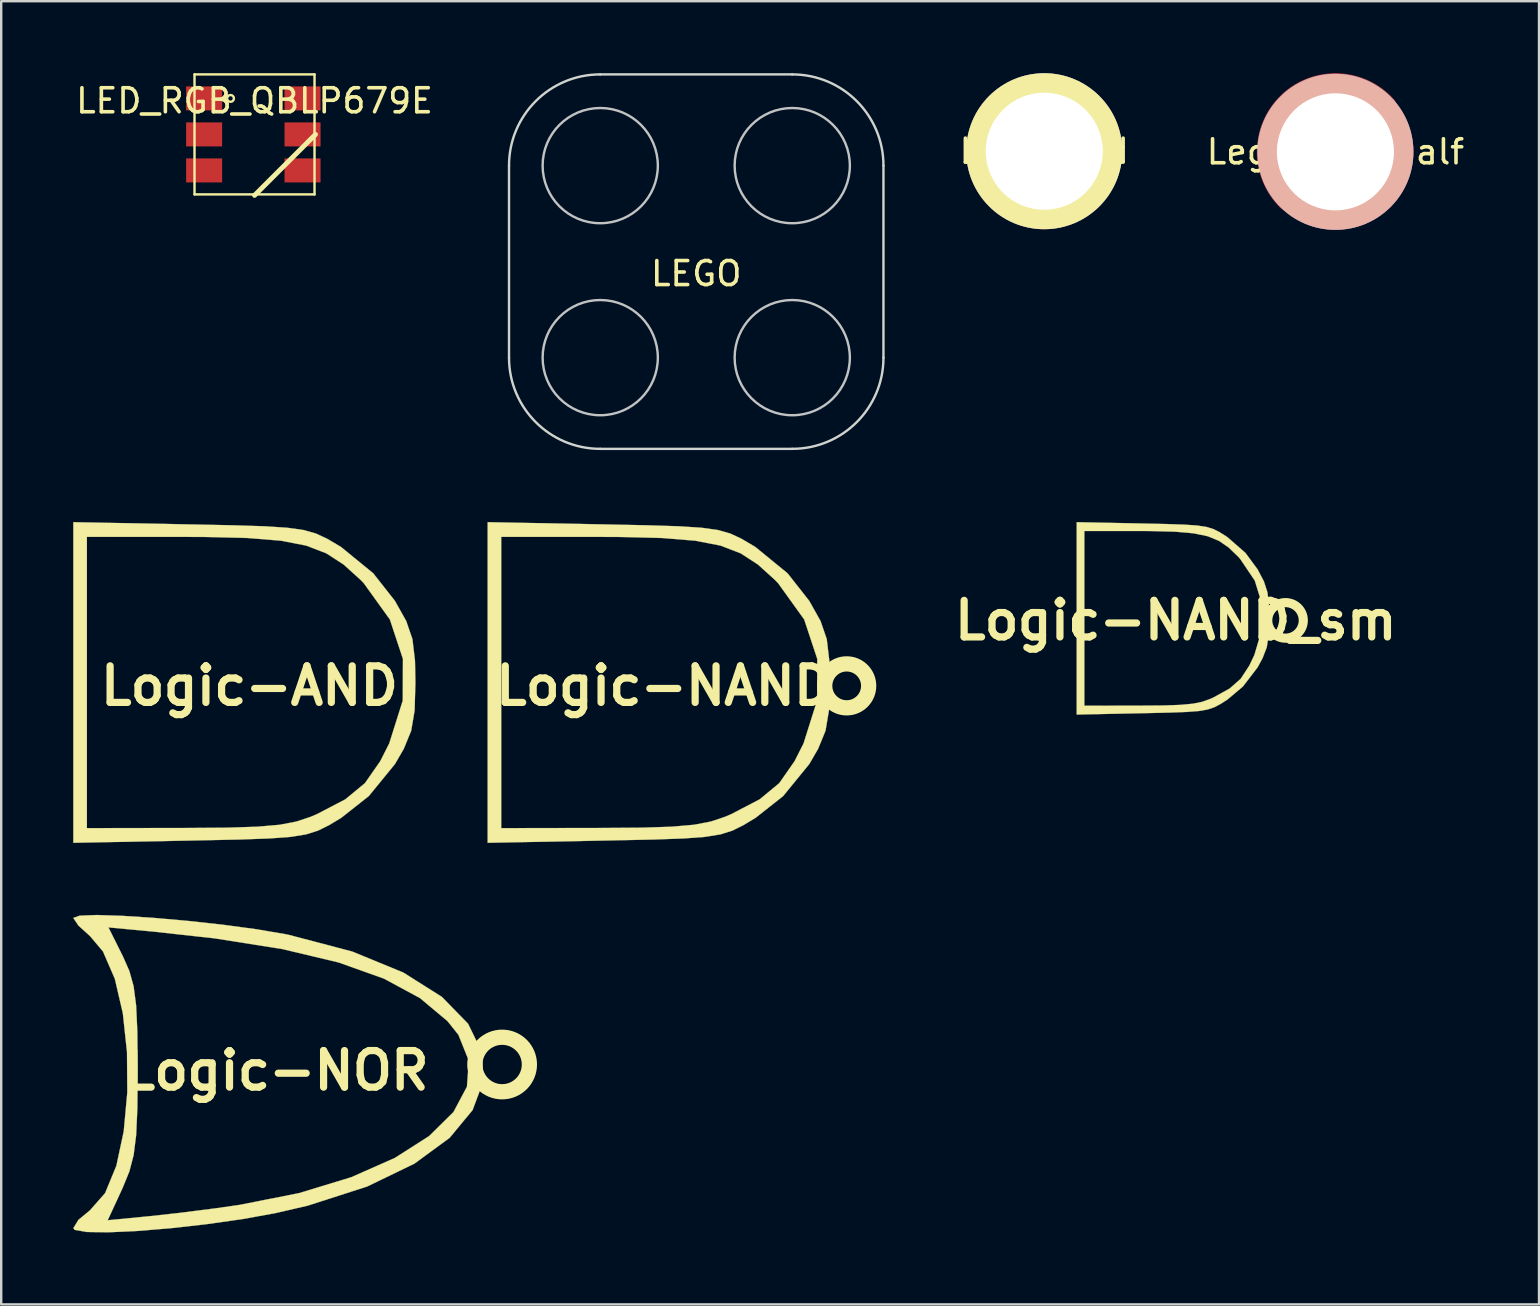
<source format=kicad_pcb>
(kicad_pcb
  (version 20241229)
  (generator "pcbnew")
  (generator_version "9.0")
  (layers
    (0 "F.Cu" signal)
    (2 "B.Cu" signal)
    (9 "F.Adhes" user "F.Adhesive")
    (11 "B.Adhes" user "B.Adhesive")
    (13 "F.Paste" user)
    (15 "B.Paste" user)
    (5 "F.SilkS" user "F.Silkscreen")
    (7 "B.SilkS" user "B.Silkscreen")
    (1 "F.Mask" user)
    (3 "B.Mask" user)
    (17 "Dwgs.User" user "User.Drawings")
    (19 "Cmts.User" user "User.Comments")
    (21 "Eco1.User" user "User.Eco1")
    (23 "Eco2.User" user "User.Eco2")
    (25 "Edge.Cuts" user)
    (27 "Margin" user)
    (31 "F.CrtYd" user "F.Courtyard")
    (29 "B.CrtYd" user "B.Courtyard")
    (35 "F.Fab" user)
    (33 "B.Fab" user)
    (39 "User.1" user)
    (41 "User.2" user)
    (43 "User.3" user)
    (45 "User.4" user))
  (footprint "Logic-NOR"
    (layer "F.Cu")
    (at 8.472 41.554)
    (property "Reference" "Logic-NOR" (at 0 0 0) (layer "F.SilkS") (effects (font (size 1.524 1.524) (thickness 0.3))))
    (attr through_hole)
    (fp_circle (center 9.398 -0.254) (end 8.89 -1.27) (stroke (width 0.635) (type solid)) (fill no) (layer "F.SilkS"))
    (fp_poly (pts (xy -6.428 -6.448) (xy -5.126 -6.364) (xy -3.689 -6.237) (xy -2.224 -6.076) (xy -0.837 -5.889) (xy 0.365 -5.685) (xy 0.511 -5.655) (xy 3.157 -4.959) (xy 5.282 -4.085) (xy 6.889 -3.071) (xy 7.979 -1.953) (xy 8.555 -0.77) (xy 8.617 0.441) (xy 8.168 1.644) (xy 7.21 2.802) (xy 5.744 3.876) (xy 3.773 4.83) (xy 1.297 5.627) (xy -0.053 5.939) (xy -1.429 6.188) (xy -2.917 6.399) (xy -4.411 6.567) (xy -5.81 6.682) (xy -7.011 6.737) (xy -7.91 6.724) (xy -8.404 6.637) (xy -8.467 6.565) (xy -8.265 6.235) (xy -7.035 6.235) (xy -5.281 6.065) (xy -4.021 5.926) (xy -2.57 5.741) (xy -1.552 5.596) (xy 0.942 5.103) (xy 3.113 4.441) (xy 4.93 3.638) (xy 6.36 2.724) (xy 7.371 1.726) (xy 7.932 0.671) (xy 8.011 -0.411) (xy 7.576 -1.493) (xy 7.121 -2.062) (xy 5.975 -3.021) (xy 4.474 -3.832) (xy 2.576 -4.508) (xy 0.238 -5.064) (xy -2.582 -5.51) (xy -5.125 -5.79) (xy -7.004 -5.966) (xy -6.395 -4.747) (xy -6.132 -4.148) (xy -5.956 -3.516) (xy -5.851 -2.718) (xy -5.8 -1.625) (xy -5.786 -0.107) (xy -5.786 0) (xy -5.799 1.557) (xy -5.849 2.686) (xy -5.955 3.522) (xy -6.133 4.202) (xy -6.401 4.86) (xy -6.41 4.881) (xy -7.035 6.235) (xy -8.265 6.235) (xy -8.253 6.216) (xy -7.772 5.819) (xy -7.143 5.104) (xy -6.675 3.968) (xy -6.367 2.53) (xy -6.219 0.913) (xy -6.231 -0.766) (xy -6.404 -2.385) (xy -6.738 -3.825) (xy -7.232 -4.964) (xy -7.767 -5.599) (xy -8.256 -6.044) (xy -8.466 -6.356) (xy -8.467 -6.361) (xy -8.205 -6.455) (xy -7.49 -6.482) (xy -6.428 -6.448)) (stroke (width 0.01) (type solid)) (fill yes) (layer "F.SilkS")))
  (footprint "LEGO"
    (layer "F.Cu")
    (at 25.957 7.85)
    (property "Reference" "LEGO" (at 0 0.5 0) (layer "F.SilkS") (effects (font (size 1 1) (thickness 0.15))))
    (attr through_hole)
    (fp_circle (center -4 -4) (end -6.4 -4) (stroke (width 0.1) (type solid)) (fill no) (layer "Dwgs.User"))
    (fp_circle (center -4 4) (end -6.4 4) (stroke (width 0.1) (type solid)) (fill no) (layer "Dwgs.User"))
    (fp_circle (center 4 -4) (end 6.4 -4) (stroke (width 0.1) (type solid)) (fill no) (layer "Dwgs.User"))
    (fp_circle (center 4 4) (end 6.4 4) (stroke (width 0.1) (type solid)) (fill no) (layer "Dwgs.User"))
    (fp_line (start -7.8 4) (end -7.8 -4) (stroke (width 0.1) (type solid)) (layer "Edge.Cuts"))
    (fp_line (start -4 -7.8) (end 4 -7.8) (stroke (width 0.1) (type solid)) (layer "Edge.Cuts"))
    (fp_line (start -4 7.8) (end 4 7.8) (stroke (width 0.1) (type solid)) (layer "Edge.Cuts"))
    (fp_line (start 7.8 -4) (end 7.8 4) (stroke (width 0.1) (type solid)) (layer "Edge.Cuts"))
    (fp_arc (start -7.8 -4) (mid -6.687006 -6.687006) (end -4 -7.8) (stroke (width 0.1) (type solid)) (layer "Edge.Cuts"))
    (fp_arc (start -4 7.8) (mid -6.687006 6.687006) (end -7.8 4) (stroke (width 0.1) (type solid)) (layer "Edge.Cuts"))
    (fp_arc (start 4 -7.8) (mid 6.687006 -6.687006) (end 7.8 -4) (stroke (width 0.1) (type solid)) (layer "Edge.Cuts"))
    (fp_arc (start 7.8 4) (mid 6.687006 6.687006) (end 4 7.8) (stroke (width 0.1) (type solid)) (layer "Edge.Cuts")))
  (footprint "Logic-NAND"
    (layer "F.Cu")
    (at 24.605 25.525)
    (property "Reference" "Logic-NAND" (at 0 0 0) (layer "F.SilkS") (effects (font (size 1.524 1.524) (thickness 0.3))))
    (attr through_hole)
    (fp_circle (center 7.62 0) (end 7.112 -0.762) (stroke (width 0.635) (type solid)) (fill no) (layer "F.SilkS"))
    (fp_poly (pts (xy -2.446 -6.726) (xy -0.676 -6.69) (xy 0.63 -6.649) (xy 1.573 -6.588) (xy 2.252 -6.493) (xy 2.769 -6.347) (xy 3.224 -6.136) (xy 3.718 -5.845) (xy 3.826 -5.778) (xy 5.157 -4.69) (xy 6.06 -3.542) (xy 6.531 -2.702) (xy 6.79 -1.948) (xy 6.897 -1.045) (xy 6.914 -0.141) (xy 6.881 1.026) (xy 6.739 1.867) (xy 6.431 2.62) (xy 6.06 3.26) (xy 4.972 4.592) (xy 3.826 5.496) (xy 3.314 5.805) (xy 2.859 6.03) (xy 2.362 6.187) (xy 1.721 6.291) (xy 0.837 6.357) (xy -0.391 6.401) (xy -2.063 6.436) (xy -2.446 6.444) (xy -7.338 6.538) (xy -7.338 5.927) (xy -6.773 5.927) (xy -2.611 5.92) (xy -0.911 5.908) (xy 0.34 5.867) (xy 1.256 5.787) (xy 1.953 5.654) (xy 2.546 5.457) (xy 2.817 5.341) (xy 3.996 4.726) (xy 4.811 4.053) (xy 5.449 3.138) (xy 5.823 2.399) (xy 6.387 0.612) (xy 6.394 -1.123) (xy 5.85 -2.766) (xy 4.764 -4.276) (xy 4.62 -4.424) (xy 3.923 -5.055) (xy 3.206 -5.52) (xy 2.368 -5.843) (xy 1.31 -6.048) (xy -0.07 -6.16) (xy -1.871 -6.204) (xy -2.752 -6.207) (xy -6.773 -6.209) (xy -6.773 5.927) (xy -7.338 5.927) (xy -7.338 -6.82) (xy -2.446 -6.726)) (stroke (width 0.01) (type solid)) (fill yes) (layer "F.SilkS")))
  (footprint "Lego_Pad_half"
    (layer "F.Cu")
    (at 52.587 3.276)
    (property "Reference" "Lego_Pad_half" (at 0 0 0) (layer "F.SilkS") (effects (font (size 1 1) (thickness 0.15))))
    (attr through_hole)
    (fp_arc (start -2 2) (mid -2.828427 0) (end -2 -2) (stroke (width 0.889) (type solid)) (layer "F.Cu"))
    (fp_arc (start -1.9 -2.1) (mid 0.141421 -2.828427) (end 2.1 -1.9) (stroke (width 0.889) (type solid)) (layer "F.Cu"))
    (fp_arc (start -2 2) (mid -2.828427 0) (end -2 -2) (stroke (width 0.889) (type solid)) (layer "F.Mask"))
    (fp_arc (start -1.9 -2.1) (mid 0.141421 -2.828427) (end 2.1 -1.9) (stroke (width 0.889) (type solid)) (layer "F.Mask"))
    (fp_arc (start -2 2) (mid -2.828427 0) (end -2 -2) (stroke (width 0.889) (type solid)) (layer "F.Paste"))
    (fp_arc (start -1.9 -2.1) (mid 0.141421 -2.828427) (end 2.1 -1.9) (stroke (width 0.889) (type solid)) (layer "F.Paste"))
    (pad "1" thru_hole circle (at 0 0) (size 6.5 6.5) (drill 4.877) (layers "B.Cu" "B.Mask" "B.SilkS" "B.Paste")))
  (footprint "Logic-NAND_sm"
    (layer "F.Cu")
    (at 45.936 22.797)
    (property "Reference" "Logic-NAND_sm" (at 0 0 0) (layer "F.SilkS") (effects (font (size 1.524 1.524) (thickness 0.3))))
    (attr through_hole)
    (fp_circle (center 4.572 0) (end 4.191 -0.635) (stroke (width 0.381) (type solid)) (fill no) (layer "F.SilkS"))
    (fp_poly (pts (xy -1.376 -4.036) (xy -0.38 -4.014) (xy 0.354 -3.989) (xy 0.885 -3.953) (xy 1.267 -3.896) (xy 1.558 -3.808) (xy 1.814 -3.682) (xy 2.091 -3.507) (xy 2.152 -3.467) (xy 2.901 -2.814) (xy 3.409 -2.125) (xy 3.673 -1.621) (xy 3.819 -1.169) (xy 3.88 -0.627) (xy 3.889 -0.085) (xy 3.87 0.615) (xy 3.791 1.12) (xy 3.617 1.572) (xy 3.409 1.956) (xy 2.797 2.755) (xy 2.152 3.298) (xy 1.864 3.483) (xy 1.608 3.618) (xy 1.329 3.712) (xy 0.968 3.775) (xy 0.471 3.814) (xy -0.22 3.84) (xy -1.161 3.862) (xy -1.376 3.866) (xy -4.128 3.923) (xy -4.128 3.556) (xy -3.81 3.556) (xy -1.468 3.552) (xy -0.512 3.545) (xy 0.191 3.52) (xy 0.707 3.472) (xy 1.099 3.393) (xy 1.432 3.274) (xy 1.585 3.204) (xy 2.248 2.836) (xy 2.706 2.432) (xy 3.065 1.883) (xy 3.275 1.439) (xy 3.593 0.367) (xy 3.596 -0.674) (xy 3.291 -1.659) (xy 2.68 -2.566) (xy 2.599 -2.654) (xy 2.207 -3.033) (xy 1.803 -3.312) (xy 1.332 -3.506) (xy 0.737 -3.629) (xy -0.039 -3.696) (xy -1.053 -3.722) (xy -1.548 -3.724) (xy -3.81 -3.725) (xy -3.81 3.556) (xy -4.128 3.556) (xy -4.128 -4.092) (xy -1.376 -4.036)) (stroke (width 0.01) (type solid)) (fill yes) (layer "F.SilkS")))
  (footprint "Logic-AND"
    (layer "F.Cu")
    (at 7.343 25.525)
    (property "Reference" "Logic-AND" (at 0 0 0) (layer "F.SilkS") (effects (font (size 1.524 1.524) (thickness 0.3))))
    (attr through_hole)
    (fp_poly (pts (xy -2.446 -6.726) (xy -0.676 -6.69) (xy 0.63 -6.649) (xy 1.573 -6.588) (xy 2.252 -6.493) (xy 2.769 -6.347) (xy 3.224 -6.136) (xy 3.718 -5.845) (xy 3.826 -5.778) (xy 5.157 -4.69) (xy 6.06 -3.542) (xy 6.531 -2.702) (xy 6.79 -1.948) (xy 6.897 -1.045) (xy 6.914 -0.141) (xy 6.881 1.026) (xy 6.739 1.867) (xy 6.431 2.62) (xy 6.06 3.26) (xy 4.972 4.592) (xy 3.826 5.496) (xy 3.314 5.805) (xy 2.859 6.03) (xy 2.362 6.187) (xy 1.721 6.291) (xy 0.837 6.357) (xy -0.391 6.401) (xy -2.063 6.436) (xy -2.446 6.444) (xy -7.338 6.538) (xy -7.338 5.927) (xy -6.773 5.927) (xy -2.611 5.92) (xy -0.911 5.908) (xy 0.34 5.867) (xy 1.256 5.787) (xy 1.953 5.654) (xy 2.546 5.457) (xy 2.817 5.341) (xy 3.996 4.726) (xy 4.811 4.053) (xy 5.449 3.138) (xy 5.823 2.399) (xy 6.387 0.612) (xy 6.394 -1.123) (xy 5.85 -2.766) (xy 4.764 -4.276) (xy 4.62 -4.424) (xy 3.923 -5.055) (xy 3.206 -5.52) (xy 2.368 -5.843) (xy 1.31 -6.048) (xy -0.07 -6.16) (xy -1.871 -6.204) (xy -2.752 -6.207) (xy -6.773 -6.209) (xy -6.773 5.927) (xy -7.338 5.927) (xy -7.338 -6.82) (xy -2.446 -6.726)) (stroke (width 0.01) (type solid)) (fill yes) (layer "F.SilkS")))
  (footprint "Lego_Pad"
    (layer "F.Cu")
    (at 40.456 3.25)
    (property "Reference" "Lego_Pad" (at 0 0 0) (layer "F.SilkS") (effects (font (size 1 1) (thickness 0.15))))
    (attr through_hole)
    (pad "1" thru_hole circle (at 0 0) (size 6.5 6.5) (drill 4.877) (layers "*.Cu" "*.Mask" "F.SilkS")))
  (footprint "LED_RGB_QBLP679E"
    (layer "F.Cu")
    (at 7.554 2.55)
    (property "Reference" "LED_RGB_QBLP679E" (at 0 -1.4 0) (layer "F.SilkS") (effects (font (size 1 1) (thickness 0.15))))
    (attr smd)
    (fp_line (start -2.5 -2.5) (end 2.5 -2.5) (stroke (width 0.1) (type solid)) (layer "F.SilkS"))
    (fp_line (start -2.5 2.5) (end -2.5 -2.5) (stroke (width 0.1) (type solid)) (layer "F.SilkS"))
    (fp_line (start 2.5 -2.5) (end 2.5 2.5) (stroke (width 0.1) (type solid)) (layer "F.SilkS"))
    (fp_line (start 2.5 2.5) (end -2.5 2.5) (stroke (width 0.1) (type solid)) (layer "F.SilkS"))
    (fp_line (start 2.54 0) (end 0 2.54) (stroke (width 0.203) (type solid)) (layer "F.SilkS"))
    (fp_circle (center -1 -1.5) (end -1.1 -1.6) (stroke (width 0.1) (type solid)) (fill no) (layer "F.SilkS"))
    (pad "1" smd rect (at 2 1.5 90) (size 1 1.5) (layers "F.Cu" "F.Mask" "F.Paste"))
    (pad "2" smd rect (at 2 0 90) (size 1 1.5) (layers "F.Cu" "F.Mask" "F.Paste"))
    (pad "3" smd rect (at 2 -1.5 90) (size 1 1.5) (layers "F.Cu" "F.Mask" "F.Paste"))
    (pad "4" smd rect (at -2.1 -1.5 90) (size 1 1.5) (layers "F.Cu" "F.Mask" "F.Paste"))
    (pad "5" smd rect (at -2.1 0 90) (size 1 1.5) (layers "F.Cu" "F.Mask" "F.Paste"))
    (pad "6" smd rect (at -2.1 1.5 90) (size 1 1.5) (layers "F.Cu" "F.Mask" "F.Paste")))
  (gr_rect
    (start -3 -3)
    (end 61.069 51.296)
    (stroke (width 0.1) (type default))
    (fill no)
    (layer "Edge.Cuts")))
</source>
